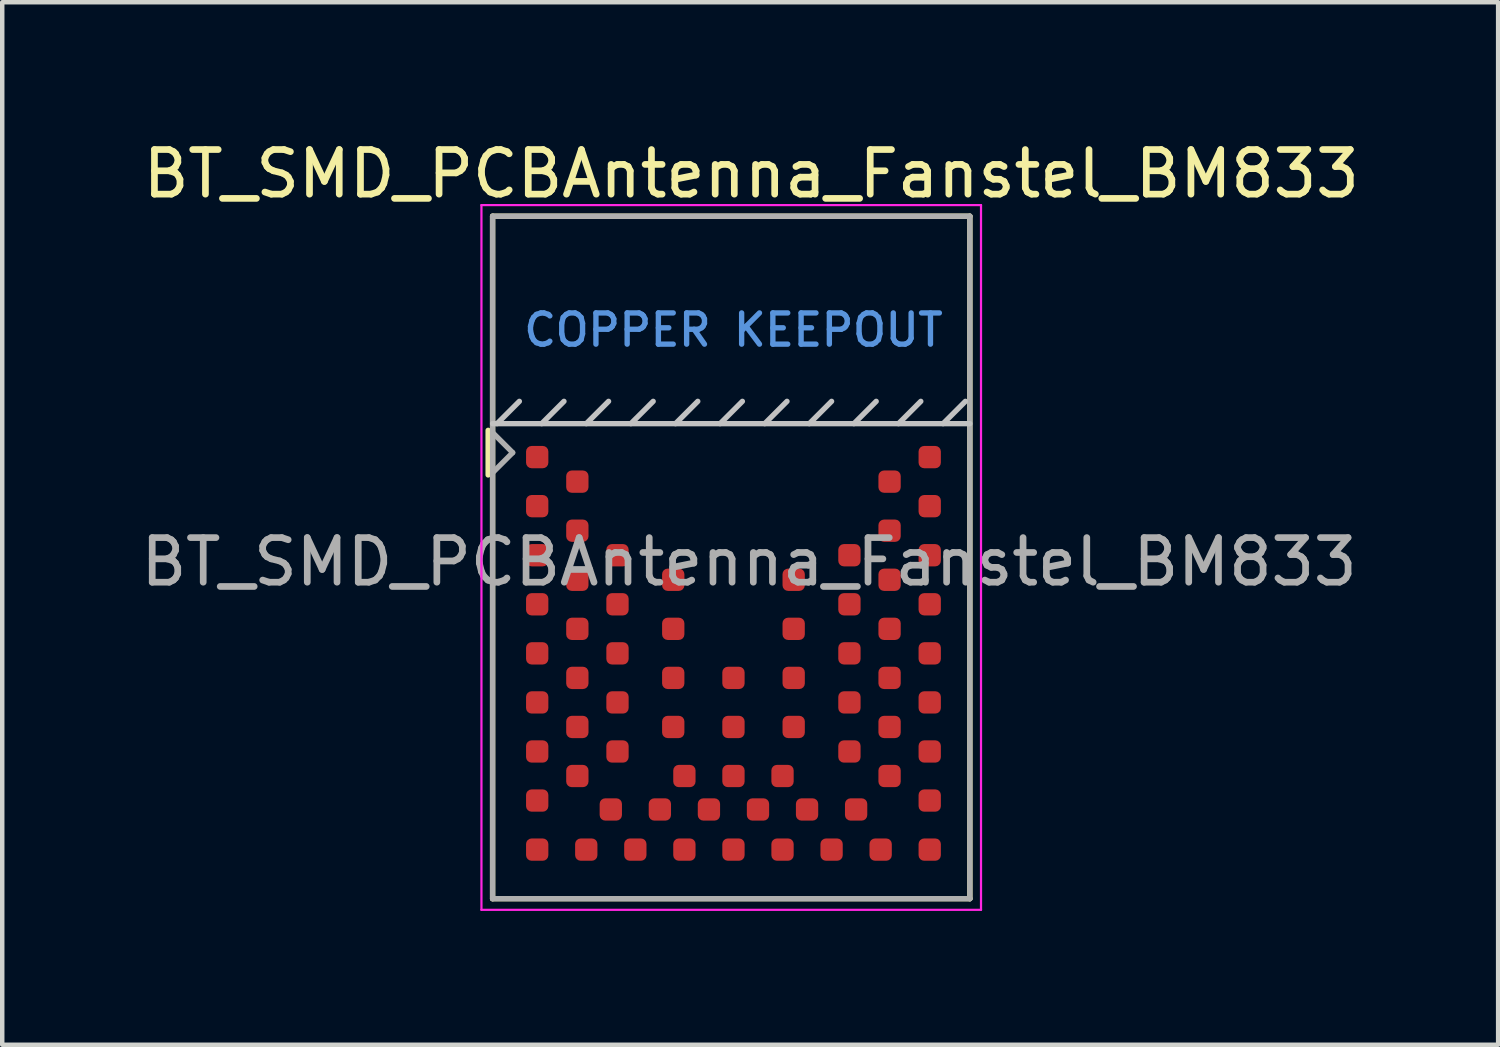
<source format=kicad_pcb>
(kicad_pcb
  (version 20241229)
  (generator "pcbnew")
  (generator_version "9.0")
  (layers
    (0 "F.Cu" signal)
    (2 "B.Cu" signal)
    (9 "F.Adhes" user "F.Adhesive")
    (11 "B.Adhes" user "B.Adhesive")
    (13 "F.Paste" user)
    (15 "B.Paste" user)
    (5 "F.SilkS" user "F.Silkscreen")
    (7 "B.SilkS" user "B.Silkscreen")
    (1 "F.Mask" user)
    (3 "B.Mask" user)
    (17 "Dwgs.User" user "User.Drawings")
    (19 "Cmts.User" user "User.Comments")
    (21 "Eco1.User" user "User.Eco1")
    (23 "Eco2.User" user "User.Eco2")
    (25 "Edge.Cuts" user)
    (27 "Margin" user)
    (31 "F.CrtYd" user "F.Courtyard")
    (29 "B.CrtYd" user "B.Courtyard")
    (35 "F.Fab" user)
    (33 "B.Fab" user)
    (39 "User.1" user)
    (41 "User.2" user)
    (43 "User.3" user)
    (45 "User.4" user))
  (footprint "BT_SMD_PCBAntenna_Fanstel_BM833"
    (layer "F.Cu")
    (at 13.394 9.548)
    (property "Reference" "BT_SMD_PCBAntenna_Fanstel_BM833" (at 0.4 -8.7 0) (unlocked yes) (layer "F.SilkS") (effects (font (size 1 1) (thickness 0.15))))
    (attr smd)
    (fp_line (start -5.5 -2.95) (end -5.5 -1.95) (stroke (width 0.12) (type solid)) (layer "F.SilkS"))
    (fp_line (start -5.4 -7.75) (end -5.4 7.55) (stroke (width 0.12) (type solid)) (layer "F.SilkS"))
    (fp_line (start -5.4 7.55) (end 5.3 7.55) (stroke (width 0.12) (type solid)) (layer "F.SilkS"))
    (fp_line (start 5.3 -7.75) (end -5.4 -7.75) (stroke (width 0.12) (type solid)) (layer "F.SilkS"))
    (fp_line (start 5.3 7.55) (end 5.3 -7.75) (stroke (width 0.12) (type solid)) (layer "F.SilkS"))
    (fp_line (start -5.4 -3.1) (end 5.3 -3.1) (stroke (width 0.12) (type solid)) (layer "Dwgs.User"))
    (fp_line (start -5.3 -3.1) (end -4.8 -3.6) (stroke (width 0.12) (type solid)) (layer "Dwgs.User"))
    (fp_line (start -4.3 -3.1) (end -3.8 -3.6) (stroke (width 0.12) (type solid)) (layer "Dwgs.User"))
    (fp_line (start -3.3 -3.1) (end -2.8 -3.6) (stroke (width 0.12) (type solid)) (layer "Dwgs.User"))
    (fp_line (start -2.3 -3.1) (end -1.8 -3.6) (stroke (width 0.12) (type solid)) (layer "Dwgs.User"))
    (fp_line (start -1.3 -3.1) (end -0.8 -3.6) (stroke (width 0.12) (type solid)) (layer "Dwgs.User"))
    (fp_line (start -0.3 -3.1) (end 0.2 -3.6) (stroke (width 0.12) (type solid)) (layer "Dwgs.User"))
    (fp_line (start 0.7 -3.1) (end 1.2 -3.6) (stroke (width 0.12) (type solid)) (layer "Dwgs.User"))
    (fp_line (start 1.7 -3.1) (end 2.2 -3.6) (stroke (width 0.12) (type solid)) (layer "Dwgs.User"))
    (fp_line (start 2.7 -3.1) (end 3.2 -3.6) (stroke (width 0.12) (type solid)) (layer "Dwgs.User"))
    (fp_line (start 3.7 -3.1) (end 4.2 -3.6) (stroke (width 0.12) (type solid)) (layer "Dwgs.User"))
    (fp_line (start 4.7 -3.1) (end 5.2 -3.6) (stroke (width 0.12) (type solid)) (layer "Dwgs.User"))
    (fp_line (start -5.65 -8) (end -5.65 7.8) (stroke (width 0.05) (type solid)) (layer "F.CrtYd"))
    (fp_line (start -5.65 7.8) (end 5.55 7.8) (stroke (width 0.05) (type solid)) (layer "F.CrtYd"))
    (fp_line (start 5.55 -8) (end -5.65 -8) (stroke (width 0.05) (type solid)) (layer "F.CrtYd"))
    (fp_line (start 5.55 7.8) (end 5.55 -8) (stroke (width 0.05) (type solid)) (layer "F.CrtYd"))
    (fp_line (start -5.4 -7.75) (end -5.4 7.55) (stroke (width 0.12) (type solid)) (layer "F.Fab"))
    (fp_line (start -5.4 -2.9) (end -4.95 -2.45) (stroke (width 0.12) (type solid)) (layer "F.Fab"))
    (fp_line (start -5.4 7.55) (end 5.3 7.55) (stroke (width 0.12) (type solid)) (layer "F.Fab"))
    (fp_line (start -4.95 -2.45) (end -5.4 -2) (stroke (width 0.12) (type solid)) (layer "F.Fab"))
    (fp_line (start 5.3 -7.75) (end -5.4 -7.75) (stroke (width 0.12) (type solid)) (layer "F.Fab"))
    (fp_line (start 5.3 7.55) (end 5.3 -7.75) (stroke (width 0.12) (type solid)) (layer "F.Fab"))
    (fp_text user "COPPER KEEPOUT" (at 0 -5.2 0) (layer "Cmts.User") (effects (font (size 0.7 0.7) (thickness 0.12))))
    (fp_text user "${REFERENCE}" (at 0.35 0 0) (layer "F.Fab") (effects (font (size 1 1) (thickness 0.15))))
    (pad "1" smd roundrect (at -4.4 -2.35 90) (size 0.5 0.5) (layers "F.Cu" "F.Mask" "F.Paste") (roundrect_rratio 0.25))
    (pad "2" smd roundrect (at -3.5 -1.8 90) (size 0.5 0.5) (layers "F.Cu" "F.Mask" "F.Paste") (roundrect_rratio 0.25))
    (pad "3" smd roundrect (at -4.4 -1.25 90) (size 0.5 0.5) (layers "F.Cu" "F.Mask" "F.Paste") (roundrect_rratio 0.25))
    (pad "4" smd roundrect (at -3.5 -0.7 90) (size 0.5 0.5) (layers "F.Cu" "F.Mask" "F.Paste") (roundrect_rratio 0.25))
    (pad "5" smd roundrect (at -4.4 -0.15 90) (size 0.5 0.5) (layers "F.Cu" "F.Mask" "F.Paste") (roundrect_rratio 0.25))
    (pad "6" smd roundrect (at -3.5 0.4 90) (size 0.5 0.5) (layers "F.Cu" "F.Mask" "F.Paste") (roundrect_rratio 0.25))
    (pad "7" smd roundrect (at -4.4 0.95 90) (size 0.5 0.5) (layers "F.Cu" "F.Mask" "F.Paste") (roundrect_rratio 0.25))
    (pad "8" smd roundrect (at -3.5 1.5 180) (size 0.5 0.5) (layers "F.Cu" "F.Mask" "F.Paste") (roundrect_rratio 0.25))
    (pad "9" smd roundrect (at -4.4 2.05 90) (size 0.5 0.5) (layers "F.Cu" "F.Mask" "F.Paste") (roundrect_rratio 0.25))
    (pad "10" smd roundrect (at -3.5 2.6 90) (size 0.5 0.5) (layers "F.Cu" "F.Mask" "F.Paste") (roundrect_rratio 0.25))
    (pad "11" smd roundrect (at -4.4 3.15 90) (size 0.5 0.5) (layers "F.Cu" "F.Mask" "F.Paste") (roundrect_rratio 0.25))
    (pad "12" smd roundrect (at -3.5 3.7 90) (size 0.5 0.5) (layers "F.Cu" "F.Mask" "F.Paste") (roundrect_rratio 0.25))
    (pad "13" smd roundrect (at -4.4 4.25 90) (size 0.5 0.5) (layers "F.Cu" "F.Mask" "F.Paste") (roundrect_rratio 0.25))
    (pad "14" smd roundrect (at -3.5 4.8 90) (size 0.5 0.5) (layers "F.Cu" "F.Mask" "F.Paste") (roundrect_rratio 0.25))
    (pad "15" smd roundrect (at -4.4 5.35 90) (size 0.5 0.5) (layers "F.Cu" "F.Mask" "F.Paste") (roundrect_rratio 0.25))
    (pad "16" smd roundrect (at -4.4 6.45 90) (size 0.5 0.5) (layers "F.Cu" "F.Mask" "F.Paste") (roundrect_rratio 0.25))
    (pad "17" smd roundrect (at -3.3 6.45 90) (size 0.5 0.5) (layers "F.Cu" "F.Mask" "F.Paste") (roundrect_rratio 0.25))
    (pad "18" smd roundrect (at -2.75 5.55 180) (size 0.5 0.5) (layers "F.Cu" "F.Mask" "F.Paste") (roundrect_rratio 0.25))
    (pad "19" smd roundrect (at -2.2 6.45 90) (size 0.5 0.5) (layers "F.Cu" "F.Mask" "F.Paste") (roundrect_rratio 0.25))
    (pad "20" smd roundrect (at -1.65 5.55 90) (size 0.5 0.5) (layers "F.Cu" "F.Mask" "F.Paste") (roundrect_rratio 0.25))
    (pad "21" smd roundrect (at -1.1 6.45 90) (size 0.5 0.5) (layers "F.Cu" "F.Mask" "F.Paste") (roundrect_rratio 0.25))
    (pad "22" smd roundrect (at -0.55 5.55 90) (size 0.5 0.5) (layers "F.Cu" "F.Mask" "F.Paste") (roundrect_rratio 0.25))
    (pad "23" smd roundrect (at 0 6.45 180) (size 0.5 0.5) (layers "F.Cu" "F.Mask" "F.Paste") (roundrect_rratio 0.25))
    (pad "24" smd roundrect (at 0.55 5.55 90) (size 0.5 0.5) (layers "F.Cu" "F.Mask" "F.Paste") (roundrect_rratio 0.25))
    (pad "25" smd roundrect (at 1.1 6.45 90) (size 0.5 0.5) (layers "F.Cu" "F.Mask" "F.Paste") (roundrect_rratio 0.25))
    (pad "26" smd roundrect (at 1.65 5.55 90) (size 0.5 0.5) (layers "F.Cu" "F.Mask" "F.Paste") (roundrect_rratio 0.25))
    (pad "27" smd roundrect (at 2.2 6.45 90) (size 0.5 0.5) (layers "F.Cu" "F.Mask" "F.Paste") (roundrect_rratio 0.25))
    (pad "28" smd roundrect (at 2.75 5.55 90) (size 0.5 0.5) (layers "F.Cu" "F.Mask" "F.Paste") (roundrect_rratio 0.25))
    (pad "29" smd roundrect (at 3.3 6.45 90) (size 0.5 0.5) (layers "F.Cu" "F.Mask" "F.Paste") (roundrect_rratio 0.25))
    (pad "30" smd roundrect (at 4.4 6.45 180) (size 0.5 0.5) (layers "F.Cu" "F.Mask" "F.Paste") (roundrect_rratio 0.25))
    (pad "31" smd roundrect (at 4.4 5.35 90) (size 0.5 0.5) (layers "F.Cu" "F.Mask" "F.Paste") (roundrect_rratio 0.25))
    (pad "32" smd roundrect (at 3.5 4.8 90) (size 0.5 0.5) (layers "F.Cu" "F.Mask" "F.Paste") (roundrect_rratio 0.25))
    (pad "33" smd roundrect (at 4.4 4.25 90) (size 0.5 0.5) (layers "F.Cu" "F.Mask" "F.Paste") (roundrect_rratio 0.25))
    (pad "34" smd roundrect (at 3.5 3.7 90) (size 0.5 0.5) (layers "F.Cu" "F.Mask" "F.Paste") (roundrect_rratio 0.25))
    (pad "35" smd roundrect (at 4.4 3.15 90) (size 0.5 0.5) (layers "F.Cu" "F.Mask" "F.Paste") (roundrect_rratio 0.25))
    (pad "36" smd roundrect (at 3.5 2.6 90) (size 0.5 0.5) (layers "F.Cu" "F.Mask" "F.Paste") (roundrect_rratio 0.25))
    (pad "37" smd roundrect (at 4.4 2.05 90) (size 0.5 0.5) (layers "F.Cu" "F.Mask" "F.Paste") (roundrect_rratio 0.25))
    (pad "38" smd roundrect (at 3.5 1.5 90) (size 0.5 0.5) (layers "F.Cu" "F.Mask" "F.Paste") (roundrect_rratio 0.25))
    (pad "39" smd roundrect (at 4.4 0.95 90) (size 0.5 0.5) (layers "F.Cu" "F.Mask" "F.Paste") (roundrect_rratio 0.25))
    (pad "40" smd roundrect (at 3.5 0.4 90) (size 0.5 0.5) (layers "F.Cu" "F.Mask" "F.Paste") (roundrect_rratio 0.25))
    (pad "41" smd roundrect (at 4.4 -0.15 90) (size 0.5 0.5) (layers "F.Cu" "F.Mask" "F.Paste") (roundrect_rratio 0.25))
    (pad "42" smd roundrect (at 3.5 -0.7 90) (size 0.5 0.5) (layers "F.Cu" "F.Mask" "F.Paste") (roundrect_rratio 0.25))
    (pad "43" smd roundrect (at 4.4 -1.25 90) (size 0.5 0.5) (layers "F.Cu" "F.Mask" "F.Paste") (roundrect_rratio 0.25))
    (pad "44" smd roundrect (at 3.5 -1.8 90) (size 0.5 0.5) (layers "F.Cu" "F.Mask" "F.Paste") (roundrect_rratio 0.25))
    (pad "45" smd roundrect (at 4.4 -2.35 90) (size 0.5 0.5) (layers "F.Cu" "F.Mask" "F.Paste") (roundrect_rratio 0.25))
    (pad "46" smd roundrect (at 1.35 0.4 90) (size 0.5 0.5) (layers "F.Cu" "F.Mask" "F.Paste") (roundrect_rratio 0.25))
    (pad "47" smd roundrect (at -1.35 0.4 90) (size 0.5 0.5) (layers "F.Cu" "F.Mask" "F.Paste") (roundrect_rratio 0.25))
    (pad "48" smd roundrect (at -2.6 -0.15 90) (size 0.5 0.5) (layers "F.Cu" "F.Mask" "F.Paste") (roundrect_rratio 0.25))
    (pad "49" smd roundrect (at -2.6 0.95 90) (size 0.5 0.5) (layers "F.Cu" "F.Mask" "F.Paste") (roundrect_rratio 0.25))
    (pad "50" smd roundrect (at -1.35 1.5 90) (size 0.5 0.5) (layers "F.Cu" "F.Mask" "F.Paste") (roundrect_rratio 0.25))
    (pad "51" smd roundrect (at -2.6 2.05 90) (size 0.5 0.5) (layers "F.Cu" "F.Mask" "F.Paste") (roundrect_rratio 0.25))
    (pad "52" smd roundrect (at -1.35 2.6 90) (size 0.5 0.5) (layers "F.Cu" "F.Mask" "F.Paste") (roundrect_rratio 0.25))
    (pad "53" smd roundrect (at -2.6 3.15 90) (size 0.5 0.5) (layers "F.Cu" "F.Mask" "F.Paste") (roundrect_rratio 0.25))
    (pad "54" smd roundrect (at -1.35 3.7 90) (size 0.5 0.5) (layers "F.Cu" "F.Mask" "F.Paste") (roundrect_rratio 0.25))
    (pad "55" smd roundrect (at -2.6 4.25 90) (size 0.5 0.5) (layers "F.Cu" "F.Mask" "F.Paste") (roundrect_rratio 0.25))
    (pad "56" smd roundrect (at -1.1 4.8 90) (size 0.5 0.5) (layers "F.Cu" "F.Mask" "F.Paste") (roundrect_rratio 0.25))
    (pad "57" smd roundrect (at 0 4.8 90) (size 0.5 0.5) (layers "F.Cu" "F.Mask" "F.Paste") (roundrect_rratio 0.25))
    (pad "58" smd roundrect (at 1.1 4.8 90) (size 0.5 0.5) (layers "F.Cu" "F.Mask" "F.Paste") (roundrect_rratio 0.25))
    (pad "59" smd roundrect (at 2.6 4.25 90) (size 0.5 0.5) (layers "F.Cu" "F.Mask" "F.Paste") (roundrect_rratio 0.25))
    (pad "60" smd roundrect (at 1.35 3.7 90) (size 0.5 0.5) (layers "F.Cu" "F.Mask" "F.Paste") (roundrect_rratio 0.25))
    (pad "61" smd roundrect (at 2.6 3.15 90) (size 0.5 0.5) (layers "F.Cu" "F.Mask" "F.Paste") (roundrect_rratio 0.25))
    (pad "62" smd roundrect (at 1.35 2.6 90) (size 0.5 0.5) (layers "F.Cu" "F.Mask" "F.Paste") (roundrect_rratio 0.25))
    (pad "63" smd roundrect (at 2.6 2.05 90) (size 0.5 0.5) (layers "F.Cu" "F.Mask" "F.Paste") (roundrect_rratio 0.25))
    (pad "64" smd roundrect (at 1.35 1.5 90) (size 0.5 0.5) (layers "F.Cu" "F.Mask" "F.Paste") (roundrect_rratio 0.25))
    (pad "65" smd roundrect (at 2.6 0.95 90) (size 0.5 0.5) (layers "F.Cu" "F.Mask" "F.Paste") (roundrect_rratio 0.25))
    (pad "66" smd roundrect (at 2.6 -0.15 90) (size 0.5 0.5) (layers "F.Cu" "F.Mask" "F.Paste") (roundrect_rratio 0.25))
    (pad "67" smd roundrect (at 0 3.7 90) (size 0.5 0.5) (layers "F.Cu" "F.Mask" "F.Paste") (roundrect_rratio 0.25))
    (pad "68" smd roundrect (at 0 2.6 90) (size 0.5 0.5) (layers "F.Cu" "F.Mask" "F.Paste") (roundrect_rratio 0.25)))
  (gr_rect
    (start -3 -3)
    (end 30.538 20.373)
    (stroke (width 0.1) (type default))
    (fill no)
    (layer "Edge.Cuts")))
</source>
